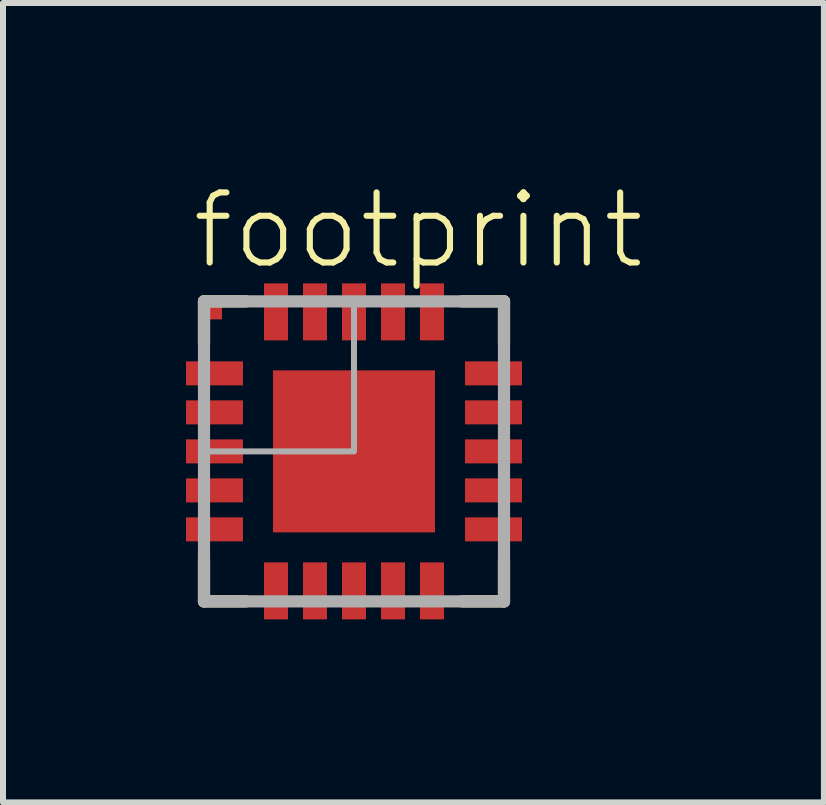
<source format=kicad_pcb>
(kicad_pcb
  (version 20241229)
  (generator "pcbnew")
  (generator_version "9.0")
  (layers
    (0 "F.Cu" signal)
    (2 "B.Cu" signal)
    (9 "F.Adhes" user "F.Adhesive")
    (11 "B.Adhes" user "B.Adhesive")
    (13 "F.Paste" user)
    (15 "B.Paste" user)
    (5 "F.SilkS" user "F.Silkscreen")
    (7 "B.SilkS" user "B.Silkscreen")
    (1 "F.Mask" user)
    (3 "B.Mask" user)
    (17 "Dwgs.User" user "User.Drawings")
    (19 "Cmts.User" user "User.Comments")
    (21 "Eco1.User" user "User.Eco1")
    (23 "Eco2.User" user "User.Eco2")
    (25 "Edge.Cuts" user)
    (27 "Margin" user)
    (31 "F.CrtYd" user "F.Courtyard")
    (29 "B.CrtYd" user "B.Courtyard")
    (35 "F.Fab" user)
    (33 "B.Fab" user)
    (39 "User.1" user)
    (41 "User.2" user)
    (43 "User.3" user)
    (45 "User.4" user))
  (footprint "footprint"
    (layer "F.Cu")
    (at 2.85 4.473)
    (property "Reference" "footprint" (at -2.75 -3 0) (layer "F.SilkS") (effects (font (size 1.168 1.168) (thickness 0.102)) (justify left bottom)))
    (fp_poly (pts (xy -2.4 -2.2) (xy -2.2 -2.2) (xy -2.2 -2.4) (xy -2.4 -2.4)) (stroke (width 0) (type solid)) (fill yes) (layer "F.Cu"))
    (fp_poly (pts (xy -2.85 -1.05) (xy -1.8 -1.05) (xy -1.8 -1.55) (xy -2.85 -1.55)) (stroke (width 0) (type solid)) (fill yes) (layer "F.Mask"))
    (fp_poly (pts (xy -2.85 -0.4) (xy -1.8 -0.4) (xy -1.8 -0.9) (xy -2.85 -0.9)) (stroke (width 0) (type solid)) (fill yes) (layer "F.Mask"))
    (fp_poly (pts (xy -2.85 0.25) (xy -1.8 0.25) (xy -1.8 -0.25) (xy -2.85 -0.25)) (stroke (width 0) (type solid)) (fill yes) (layer "F.Mask"))
    (fp_poly (pts (xy -2.85 0.9) (xy -1.8 0.9) (xy -1.8 0.4) (xy -2.85 0.4)) (stroke (width 0) (type solid)) (fill yes) (layer "F.Mask"))
    (fp_poly (pts (xy -2.85 1.55) (xy -1.8 1.55) (xy -1.8 1.05) (xy -2.85 1.05)) (stroke (width 0) (type solid)) (fill yes) (layer "F.Mask"))
    (fp_poly (pts (xy -1.55 -2.85) (xy -1.55 -1.8) (xy -1.05 -1.8) (xy -1.05 -2.85)) (stroke (width 0) (type solid)) (fill yes) (layer "F.Mask"))
    (fp_poly (pts (xy -1.05 2.85) (xy -1.05 1.8) (xy -1.55 1.8) (xy -1.55 2.85)) (stroke (width 0) (type solid)) (fill yes) (layer "F.Mask"))
    (fp_poly (pts (xy -0.9 -2.85) (xy -0.9 -1.8) (xy -0.4 -1.8) (xy -0.4 -2.85)) (stroke (width 0) (type solid)) (fill yes) (layer "F.Mask"))
    (fp_poly (pts (xy -0.4 2.85) (xy -0.4 1.8) (xy -0.9 1.8) (xy -0.9 2.85)) (stroke (width 0) (type solid)) (fill yes) (layer "F.Mask"))
    (fp_poly (pts (xy -0.25 -2.85) (xy -0.25 -1.8) (xy 0.25 -1.8) (xy 0.25 -2.85)) (stroke (width 0) (type solid)) (fill yes) (layer "F.Mask"))
    (fp_poly (pts (xy 0.25 2.85) (xy 0.25 1.8) (xy -0.25 1.8) (xy -0.25 2.85)) (stroke (width 0) (type solid)) (fill yes) (layer "F.Mask"))
    (fp_poly (pts (xy 0.4 -2.85) (xy 0.4 -1.8) (xy 0.9 -1.8) (xy 0.9 -2.85)) (stroke (width 0) (type solid)) (fill yes) (layer "F.Mask"))
    (fp_poly (pts (xy 0.9 2.85) (xy 0.9 1.8) (xy 0.4 1.8) (xy 0.4 2.85)) (stroke (width 0) (type solid)) (fill yes) (layer "F.Mask"))
    (fp_poly (pts (xy 1.05 -2.85) (xy 1.05 -1.8) (xy 1.55 -1.8) (xy 1.55 -2.85)) (stroke (width 0) (type solid)) (fill yes) (layer "F.Mask"))
    (fp_poly (pts (xy 1.55 2.85) (xy 1.55 1.8) (xy 1.05 1.8) (xy 1.05 2.85)) (stroke (width 0) (type solid)) (fill yes) (layer "F.Mask"))
    (fp_poly (pts (xy 2.85 -1.55) (xy 1.8 -1.55) (xy 1.8 -1.05) (xy 2.85 -1.05)) (stroke (width 0) (type solid)) (fill yes) (layer "F.Mask"))
    (fp_poly (pts (xy 2.85 -0.9) (xy 1.8 -0.9) (xy 1.8 -0.4) (xy 2.85 -0.4)) (stroke (width 0) (type solid)) (fill yes) (layer "F.Mask"))
    (fp_poly (pts (xy 2.85 -0.25) (xy 1.8 -0.25) (xy 1.8 0.25) (xy 2.85 0.25)) (stroke (width 0) (type solid)) (fill yes) (layer "F.Mask"))
    (fp_poly (pts (xy 2.85 0.4) (xy 1.8 0.4) (xy 1.8 0.9) (xy 2.85 0.9)) (stroke (width 0) (type solid)) (fill yes) (layer "F.Mask"))
    (fp_poly (pts (xy 2.85 1.05) (xy 1.8 1.05) (xy 1.8 1.55) (xy 2.85 1.55)) (stroke (width 0) (type solid)) (fill yes) (layer "F.Mask"))
    (fp_poly (pts (xy 1.4 1.4) (xy -1.4 1.4) (xy -1.4 -1.141) (xy -1.141 -1.4) (xy 1.4 -1.4)) (stroke (width 0) (type solid)) (fill yes) (layer "F.Mask"))
    (fp_line (start -2.5 -2.5) (end -1.8 -2.5) (stroke (width 0.203) (type solid)) (layer "F.SilkS"))
    (fp_line (start -2.5 -1.8) (end -2.5 -2.5) (stroke (width 0.203) (type solid)) (layer "F.SilkS"))
    (fp_line (start -2.5 2.5) (end -2.5 1.8) (stroke (width 0.203) (type solid)) (layer "F.SilkS"))
    (fp_line (start -1.8 2.5) (end -2.5 2.5) (stroke (width 0.203) (type solid)) (layer "F.SilkS"))
    (fp_line (start 1.8 -2.5) (end 2.5 -2.5) (stroke (width 0.203) (type solid)) (layer "F.SilkS"))
    (fp_line (start 2.5 -2.5) (end 2.5 -1.8) (stroke (width 0.203) (type solid)) (layer "F.SilkS"))
    (fp_line (start 2.5 1.8) (end 2.5 2.5) (stroke (width 0.203) (type solid)) (layer "F.SilkS"))
    (fp_line (start 2.5 2.5) (end 1.8 2.5) (stroke (width 0.203) (type solid)) (layer "F.SilkS"))
    (fp_poly (pts (xy -2.775 -1.125) (xy -1.875 -1.125) (xy -1.875 -1.475) (xy -2.775 -1.475)) (stroke (width 0) (type solid)) (fill yes) (layer "F.Paste"))
    (fp_poly (pts (xy -2.775 -0.475) (xy -1.875 -0.475) (xy -1.875 -0.825) (xy -2.775 -0.825)) (stroke (width 0) (type solid)) (fill yes) (layer "F.Paste"))
    (fp_poly (pts (xy -2.775 0.175) (xy -1.875 0.175) (xy -1.875 -0.175) (xy -2.775 -0.175)) (stroke (width 0) (type solid)) (fill yes) (layer "F.Paste"))
    (fp_poly (pts (xy -2.775 0.825) (xy -1.875 0.825) (xy -1.875 0.475) (xy -2.775 0.475)) (stroke (width 0) (type solid)) (fill yes) (layer "F.Paste"))
    (fp_poly (pts (xy -2.775 1.475) (xy -1.875 1.475) (xy -1.875 1.125) (xy -2.775 1.125)) (stroke (width 0) (type solid)) (fill yes) (layer "F.Paste"))
    (fp_poly (pts (xy -1.475 -2.775) (xy -1.475 -1.875) (xy -1.125 -1.875) (xy -1.125 -2.775)) (stroke (width 0) (type solid)) (fill yes) (layer "F.Paste"))
    (fp_poly (pts (xy -1.25 -0.25) (xy -0.25 -0.25) (xy -0.25 -1.25) (xy -1.25 -1.25)) (stroke (width 0) (type solid)) (fill yes) (layer "F.Paste"))
    (fp_poly (pts (xy -1.25 1.25) (xy -0.25 1.25) (xy -0.25 0.25) (xy -1.25 0.25)) (stroke (width 0) (type solid)) (fill yes) (layer "F.Paste"))
    (fp_poly (pts (xy -1.125 2.775) (xy -1.125 1.875) (xy -1.475 1.875) (xy -1.475 2.775)) (stroke (width 0) (type solid)) (fill yes) (layer "F.Paste"))
    (fp_poly (pts (xy -0.825 -2.775) (xy -0.825 -1.875) (xy -0.475 -1.875) (xy -0.475 -2.775)) (stroke (width 0) (type solid)) (fill yes) (layer "F.Paste"))
    (fp_poly (pts (xy -0.475 2.775) (xy -0.475 1.875) (xy -0.825 1.875) (xy -0.825 2.775)) (stroke (width 0) (type solid)) (fill yes) (layer "F.Paste"))
    (fp_poly (pts (xy -0.175 -2.775) (xy -0.175 -1.875) (xy 0.175 -1.875) (xy 0.175 -2.775)) (stroke (width 0) (type solid)) (fill yes) (layer "F.Paste"))
    (fp_poly (pts (xy 0.175 2.775) (xy 0.175 1.875) (xy -0.175 1.875) (xy -0.175 2.775)) (stroke (width 0) (type solid)) (fill yes) (layer "F.Paste"))
    (fp_poly (pts (xy 0.25 -0.25) (xy 1.25 -0.25) (xy 1.25 -1.25) (xy 0.25 -1.25)) (stroke (width 0) (type solid)) (fill yes) (layer "F.Paste"))
    (fp_poly (pts (xy 0.25 1.25) (xy 1.25 1.25) (xy 1.25 0.25) (xy 0.25 0.25)) (stroke (width 0) (type solid)) (fill yes) (layer "F.Paste"))
    (fp_poly (pts (xy 0.475 -2.775) (xy 0.475 -1.875) (xy 0.825 -1.875) (xy 0.825 -2.775)) (stroke (width 0) (type solid)) (fill yes) (layer "F.Paste"))
    (fp_poly (pts (xy 0.825 2.775) (xy 0.825 1.875) (xy 0.475 1.875) (xy 0.475 2.775)) (stroke (width 0) (type solid)) (fill yes) (layer "F.Paste"))
    (fp_poly (pts (xy 1.125 -2.775) (xy 1.125 -1.875) (xy 1.475 -1.875) (xy 1.475 -2.775)) (stroke (width 0) (type solid)) (fill yes) (layer "F.Paste"))
    (fp_poly (pts (xy 1.475 2.775) (xy 1.475 1.875) (xy 1.125 1.875) (xy 1.125 2.775)) (stroke (width 0) (type solid)) (fill yes) (layer "F.Paste"))
    (fp_poly (pts (xy 2.775 -1.475) (xy 1.875 -1.475) (xy 1.875 -1.125) (xy 2.775 -1.125)) (stroke (width 0) (type solid)) (fill yes) (layer "F.Paste"))
    (fp_poly (pts (xy 2.775 -0.825) (xy 1.875 -0.825) (xy 1.875 -0.475) (xy 2.775 -0.475)) (stroke (width 0) (type solid)) (fill yes) (layer "F.Paste"))
    (fp_poly (pts (xy 2.775 -0.175) (xy 1.875 -0.175) (xy 1.875 0.175) (xy 2.775 0.175)) (stroke (width 0) (type solid)) (fill yes) (layer "F.Paste"))
    (fp_poly (pts (xy 2.775 0.475) (xy 1.875 0.475) (xy 1.875 0.825) (xy 2.775 0.825)) (stroke (width 0) (type solid)) (fill yes) (layer "F.Paste"))
    (fp_poly (pts (xy 2.775 1.125) (xy 1.875 1.125) (xy 1.875 1.475) (xy 2.775 1.475)) (stroke (width 0) (type solid)) (fill yes) (layer "F.Paste"))
    (fp_line (start -2.5 -2.5) (end 2.5 -2.5) (stroke (width 0.203) (type solid)) (layer "F.Fab"))
    (fp_line (start -2.5 2.5) (end -2.5 -2.5) (stroke (width 0.203) (type solid)) (layer "F.Fab"))
    (fp_line (start 2.5 -2.5) (end 2.5 2.5) (stroke (width 0.203) (type solid)) (layer "F.Fab"))
    (fp_line (start 2.5 2.5) (end -2.5 2.5) (stroke (width 0.203) (type solid)) (layer "F.Fab"))
    (fp_poly (pts (xy -2.5 0) (xy 0 0) (xy 0 -2.5) (xy -2.5 -2.5)) (stroke (width 0.1) (type solid)) (fill no) (layer "F.Fab"))
    (pad "1" smd rect (at -2.325 -1.3) (size 0.95 0.4) (layers "F.Cu"))
    (pad "2" smd rect (at -2.325 -0.65) (size 0.95 0.4) (layers "F.Cu"))
    (pad "3" smd rect (at -2.325 0) (size 0.95 0.4) (layers "F.Cu"))
    (pad "4" smd rect (at -2.325 0.65) (size 0.95 0.4) (layers "F.Cu"))
    (pad "5" smd rect (at -2.325 1.3) (size 0.95 0.4) (layers "F.Cu"))
    (pad "6" smd rect (at -1.3 2.325 90) (size 0.95 0.4) (layers "F.Cu"))
    (pad "7" smd rect (at -0.65 2.325 90) (size 0.95 0.4) (layers "F.Cu"))
    (pad "8" smd rect (at 0 2.325 90) (size 0.95 0.4) (layers "F.Cu"))
    (pad "9" smd rect (at 0.65 2.325 90) (size 0.95 0.4) (layers "F.Cu"))
    (pad "10" smd rect (at 1.3 2.325 90) (size 0.95 0.4) (layers "F.Cu"))
    (pad "11" smd rect (at 2.325 1.3 180) (size 0.95 0.4) (layers "F.Cu"))
    (pad "12" smd rect (at 2.325 0.65 180) (size 0.95 0.4) (layers "F.Cu"))
    (pad "13" smd rect (at 2.325 0 180) (size 0.95 0.4) (layers "F.Cu"))
    (pad "14" smd rect (at 2.325 -0.65 180) (size 0.95 0.4) (layers "F.Cu"))
    (pad "15" smd rect (at 2.325 -1.3 180) (size 0.95 0.4) (layers "F.Cu"))
    (pad "16" smd rect (at 1.3 -2.325 270) (size 0.95 0.4) (layers "F.Cu"))
    (pad "17" smd rect (at 0.65 -2.325 270) (size 0.95 0.4) (layers "F.Cu"))
    (pad "18" smd rect (at 0 -2.325 270) (size 0.95 0.4) (layers "F.Cu"))
    (pad "19" smd rect (at -0.65 -2.325 270) (size 0.95 0.4) (layers "F.Cu"))
    (pad "20" smd rect (at -1.3 -2.325 270) (size 0.95 0.4) (layers "F.Cu"))
    (pad "EXP" smd rect (at 0 0) (size 2.7 2.7) (layers "F.Cu")))
  (gr_rect
    (start -3 -3)
    (end 10.682 10.323)
    (stroke (width 0.1) (type default))
    (fill no)
    (layer "Edge.Cuts")))
</source>
